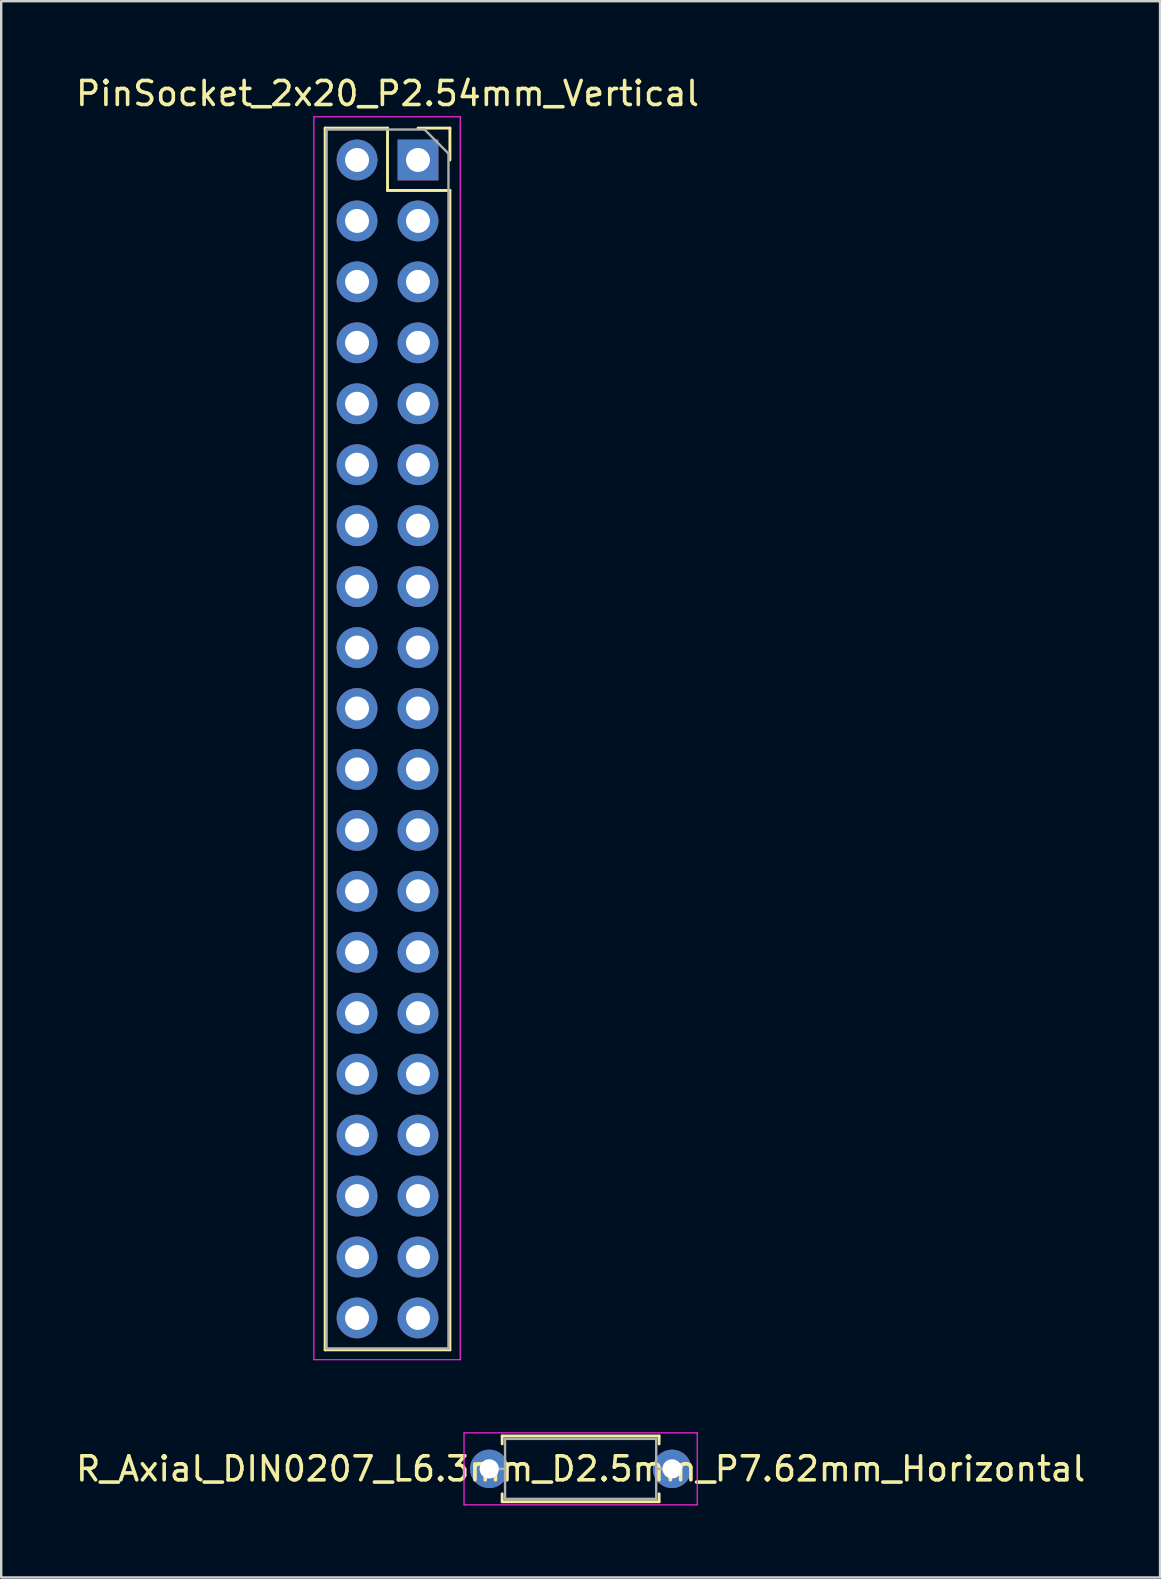
<source format=kicad_pcb>
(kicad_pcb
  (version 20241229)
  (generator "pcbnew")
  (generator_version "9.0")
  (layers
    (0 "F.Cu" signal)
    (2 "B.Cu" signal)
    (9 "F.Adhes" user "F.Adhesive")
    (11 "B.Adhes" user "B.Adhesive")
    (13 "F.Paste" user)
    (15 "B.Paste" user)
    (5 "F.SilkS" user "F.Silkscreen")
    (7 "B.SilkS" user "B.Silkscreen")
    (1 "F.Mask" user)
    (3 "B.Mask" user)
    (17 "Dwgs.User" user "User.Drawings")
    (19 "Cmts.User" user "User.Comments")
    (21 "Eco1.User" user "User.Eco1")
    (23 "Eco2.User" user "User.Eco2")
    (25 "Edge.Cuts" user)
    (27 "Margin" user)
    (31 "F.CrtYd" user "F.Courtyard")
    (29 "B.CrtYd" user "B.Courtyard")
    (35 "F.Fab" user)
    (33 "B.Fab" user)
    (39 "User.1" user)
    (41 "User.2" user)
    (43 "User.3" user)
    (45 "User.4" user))
  (footprint "PinSocket_2x20_P2.54mm_Vertical"
    (layer "F.Cu")
    (at 14.371 3.618)
    (property "Reference" "PinSocket_2x20_P2.54mm_Vertical" (at -1.27 -2.77 180) (layer "F.SilkS") (effects (font (size 1 1) (thickness 0.15))))
    (attr through_hole)
    (fp_line (start -3.87 -1.33) (end -3.87 49.59) (stroke (width 0.12) (type solid)) (layer "F.SilkS"))
    (fp_line (start -3.87 -1.33) (end -1.27 -1.33) (stroke (width 0.12) (type solid)) (layer "F.SilkS"))
    (fp_line (start -3.87 49.59) (end 1.33 49.59) (stroke (width 0.12) (type solid)) (layer "F.SilkS"))
    (fp_line (start -1.27 -1.33) (end -1.27 1.27) (stroke (width 0.12) (type solid)) (layer "F.SilkS"))
    (fp_line (start -1.27 1.27) (end 1.33 1.27) (stroke (width 0.12) (type solid)) (layer "F.SilkS"))
    (fp_line (start 0 -1.33) (end 1.33 -1.33) (stroke (width 0.12) (type solid)) (layer "F.SilkS"))
    (fp_line (start 1.33 -1.33) (end 1.33 0) (stroke (width 0.12) (type solid)) (layer "F.SilkS"))
    (fp_line (start 1.33 1.27) (end 1.33 49.59) (stroke (width 0.12) (type solid)) (layer "F.SilkS"))
    (fp_line (start -4.34 -1.8) (end 1.76 -1.8) (stroke (width 0.05) (type solid)) (layer "F.CrtYd"))
    (fp_line (start -4.34 50) (end -4.34 -1.8) (stroke (width 0.05) (type solid)) (layer "F.CrtYd"))
    (fp_line (start 1.76 -1.8) (end 1.76 50) (stroke (width 0.05) (type solid)) (layer "F.CrtYd"))
    (fp_line (start 1.76 50) (end -4.34 50) (stroke (width 0.05) (type solid)) (layer "F.CrtYd"))
    (fp_line (start -3.81 -1.27) (end 0.27 -1.27) (stroke (width 0.1) (type solid)) (layer "F.Fab"))
    (fp_line (start -3.81 49.53) (end -3.81 -1.27) (stroke (width 0.1) (type solid)) (layer "F.Fab"))
    (fp_line (start 0.27 -1.27) (end 1.27 -0.27) (stroke (width 0.1) (type solid)) (layer "F.Fab"))
    (fp_line (start 1.27 -0.27) (end 1.27 49.53) (stroke (width 0.1) (type solid)) (layer "F.Fab"))
    (fp_line (start 1.27 49.53) (end -3.81 49.53) (stroke (width 0.1) (type solid)) (layer "F.Fab"))
    (pad "1" thru_hole rect (at 0 0) (size 1.7 1.7) (drill 1) (layers "*.Cu" "*.Mask"))
    (pad "2" thru_hole oval (at -2.54 0) (size 1.7 1.7) (drill 1) (layers "*.Cu" "*.Mask"))
    (pad "3" thru_hole oval (at 0 2.54) (size 1.7 1.7) (drill 1) (layers "*.Cu" "*.Mask"))
    (pad "4" thru_hole oval (at -2.54 2.54) (size 1.7 1.7) (drill 1) (layers "*.Cu" "*.Mask"))
    (pad "5" thru_hole oval (at 0 5.08) (size 1.7 1.7) (drill 1) (layers "*.Cu" "*.Mask"))
    (pad "6" thru_hole oval (at -2.54 5.08) (size 1.7 1.7) (drill 1) (layers "*.Cu" "*.Mask"))
    (pad "7" thru_hole oval (at 0 7.62) (size 1.7 1.7) (drill 1) (layers "*.Cu" "*.Mask"))
    (pad "8" thru_hole oval (at -2.54 7.62) (size 1.7 1.7) (drill 1) (layers "*.Cu" "*.Mask"))
    (pad "9" thru_hole oval (at 0 10.16) (size 1.7 1.7) (drill 1) (layers "*.Cu" "*.Mask"))
    (pad "10" thru_hole oval (at -2.54 10.16) (size 1.7 1.7) (drill 1) (layers "*.Cu" "*.Mask"))
    (pad "11" thru_hole oval (at 0 12.7) (size 1.7 1.7) (drill 1) (layers "*.Cu" "*.Mask"))
    (pad "12" thru_hole oval (at -2.54 12.7) (size 1.7 1.7) (drill 1) (layers "*.Cu" "*.Mask"))
    (pad "13" thru_hole oval (at 0 15.24) (size 1.7 1.7) (drill 1) (layers "*.Cu" "*.Mask"))
    (pad "14" thru_hole oval (at -2.54 15.24) (size 1.7 1.7) (drill 1) (layers "*.Cu" "*.Mask"))
    (pad "15" thru_hole oval (at 0 17.78) (size 1.7 1.7) (drill 1) (layers "*.Cu" "*.Mask"))
    (pad "16" thru_hole oval (at -2.54 17.78) (size 1.7 1.7) (drill 1) (layers "*.Cu" "*.Mask"))
    (pad "17" thru_hole oval (at 0 20.32) (size 1.7 1.7) (drill 1) (layers "*.Cu" "*.Mask"))
    (pad "18" thru_hole oval (at -2.54 20.32) (size 1.7 1.7) (drill 1) (layers "*.Cu" "*.Mask"))
    (pad "19" thru_hole oval (at 0 22.86) (size 1.7 1.7) (drill 1) (layers "*.Cu" "*.Mask"))
    (pad "20" thru_hole oval (at -2.54 22.86) (size 1.7 1.7) (drill 1) (layers "*.Cu" "*.Mask"))
    (pad "21" thru_hole oval (at 0 25.4) (size 1.7 1.7) (drill 1) (layers "*.Cu" "*.Mask"))
    (pad "22" thru_hole oval (at -2.54 25.4) (size 1.7 1.7) (drill 1) (layers "*.Cu" "*.Mask"))
    (pad "23" thru_hole oval (at 0 27.94) (size 1.7 1.7) (drill 1) (layers "*.Cu" "*.Mask"))
    (pad "24" thru_hole oval (at -2.54 27.94) (size 1.7 1.7) (drill 1) (layers "*.Cu" "*.Mask"))
    (pad "25" thru_hole oval (at 0 30.48) (size 1.7 1.7) (drill 1) (layers "*.Cu" "*.Mask"))
    (pad "26" thru_hole oval (at -2.54 30.48) (size 1.7 1.7) (drill 1) (layers "*.Cu" "*.Mask"))
    (pad "27" thru_hole oval (at 0 33.02) (size 1.7 1.7) (drill 1) (layers "*.Cu" "*.Mask"))
    (pad "28" thru_hole oval (at -2.54 33.02) (size 1.7 1.7) (drill 1) (layers "*.Cu" "*.Mask"))
    (pad "29" thru_hole oval (at 0 35.56) (size 1.7 1.7) (drill 1) (layers "*.Cu" "*.Mask"))
    (pad "30" thru_hole oval (at -2.54 35.56) (size 1.7 1.7) (drill 1) (layers "*.Cu" "*.Mask"))
    (pad "31" thru_hole oval (at 0 38.1) (size 1.7 1.7) (drill 1) (layers "*.Cu" "*.Mask"))
    (pad "32" thru_hole oval (at -2.54 38.1) (size 1.7 1.7) (drill 1) (layers "*.Cu" "*.Mask"))
    (pad "33" thru_hole oval (at 0 40.64) (size 1.7 1.7) (drill 1) (layers "*.Cu" "*.Mask"))
    (pad "34" thru_hole oval (at -2.54 40.64) (size 1.7 1.7) (drill 1) (layers "*.Cu" "*.Mask"))
    (pad "35" thru_hole oval (at 0 43.18) (size 1.7 1.7) (drill 1) (layers "*.Cu" "*.Mask"))
    (pad "36" thru_hole oval (at -2.54 43.18) (size 1.7 1.7) (drill 1) (layers "*.Cu" "*.Mask"))
    (pad "37" thru_hole oval (at 0 45.72) (size 1.7 1.7) (drill 1) (layers "*.Cu" "*.Mask"))
    (pad "38" thru_hole oval (at -2.54 45.72) (size 1.7 1.7) (drill 1) (layers "*.Cu" "*.Mask"))
    (pad "39" thru_hole oval (at 0 48.26) (size 1.7 1.7) (drill 1) (layers "*.Cu" "*.Mask"))
    (pad "40" thru_hole oval (at -2.54 48.26) (size 1.7 1.7) (drill 1) (layers "*.Cu" "*.Mask")))
  (footprint "R_Axial_DIN0207_L6.3mm_D2.5mm_P7.62mm_Horizontal"
    (layer "F.Cu")
    (at 17.339 58.168)
    (property "Reference" "R_Axial_DIN0207_L6.3mm_D2.5mm_P7.62mm_Horizontal" (at 3.81 0 0) (layer "F.SilkS") (effects (font (size 1 1) (thickness 0.15))))
    (attr through_hole)
    (fp_line (start 0.54 -1.37) (end 7.08 -1.37) (stroke (width 0.12) (type solid)) (layer "F.SilkS"))
    (fp_line (start 0.54 -1.04) (end 0.54 -1.37) (stroke (width 0.12) (type solid)) (layer "F.SilkS"))
    (fp_line (start 0.54 1.04) (end 0.54 1.37) (stroke (width 0.12) (type solid)) (layer "F.SilkS"))
    (fp_line (start 0.54 1.37) (end 7.08 1.37) (stroke (width 0.12) (type solid)) (layer "F.SilkS"))
    (fp_line (start 7.08 -1.37) (end 7.08 -1.04) (stroke (width 0.12) (type solid)) (layer "F.SilkS"))
    (fp_line (start 7.08 1.37) (end 7.08 1.04) (stroke (width 0.12) (type solid)) (layer "F.SilkS"))
    (fp_line (start -1.05 -1.5) (end -1.05 1.5) (stroke (width 0.05) (type solid)) (layer "F.CrtYd"))
    (fp_line (start -1.05 1.5) (end 8.67 1.5) (stroke (width 0.05) (type solid)) (layer "F.CrtYd"))
    (fp_line (start 8.67 -1.5) (end -1.05 -1.5) (stroke (width 0.05) (type solid)) (layer "F.CrtYd"))
    (fp_line (start 8.67 1.5) (end 8.67 -1.5) (stroke (width 0.05) (type solid)) (layer "F.CrtYd"))
    (fp_line (start 0 0) (end 0.66 0) (stroke (width 0.1) (type solid)) (layer "F.Fab"))
    (fp_line (start 0.66 -1.25) (end 0.66 1.25) (stroke (width 0.1) (type solid)) (layer "F.Fab"))
    (fp_line (start 0.66 1.25) (end 6.96 1.25) (stroke (width 0.1) (type solid)) (layer "F.Fab"))
    (fp_line (start 6.96 -1.25) (end 0.66 -1.25) (stroke (width 0.1) (type solid)) (layer "F.Fab"))
    (fp_line (start 6.96 1.25) (end 6.96 -1.25) (stroke (width 0.1) (type solid)) (layer "F.Fab"))
    (fp_line (start 7.62 0) (end 6.96 0) (stroke (width 0.1) (type solid)) (layer "F.Fab"))
    (pad "1" thru_hole circle (at 0 0) (size 1.6 1.6) (drill 0.8) (layers "*.Cu" "*.Mask"))
    (pad "2" thru_hole oval (at 7.62 0) (size 1.6 1.6) (drill 0.8) (layers "*.Cu" "*.Mask")))
  (gr_rect
    (start -3 -3)
    (end 45.298 62.693)
    (stroke (width 0.1) (type default))
    (fill no)
    (layer "Edge.Cuts")))
</source>
